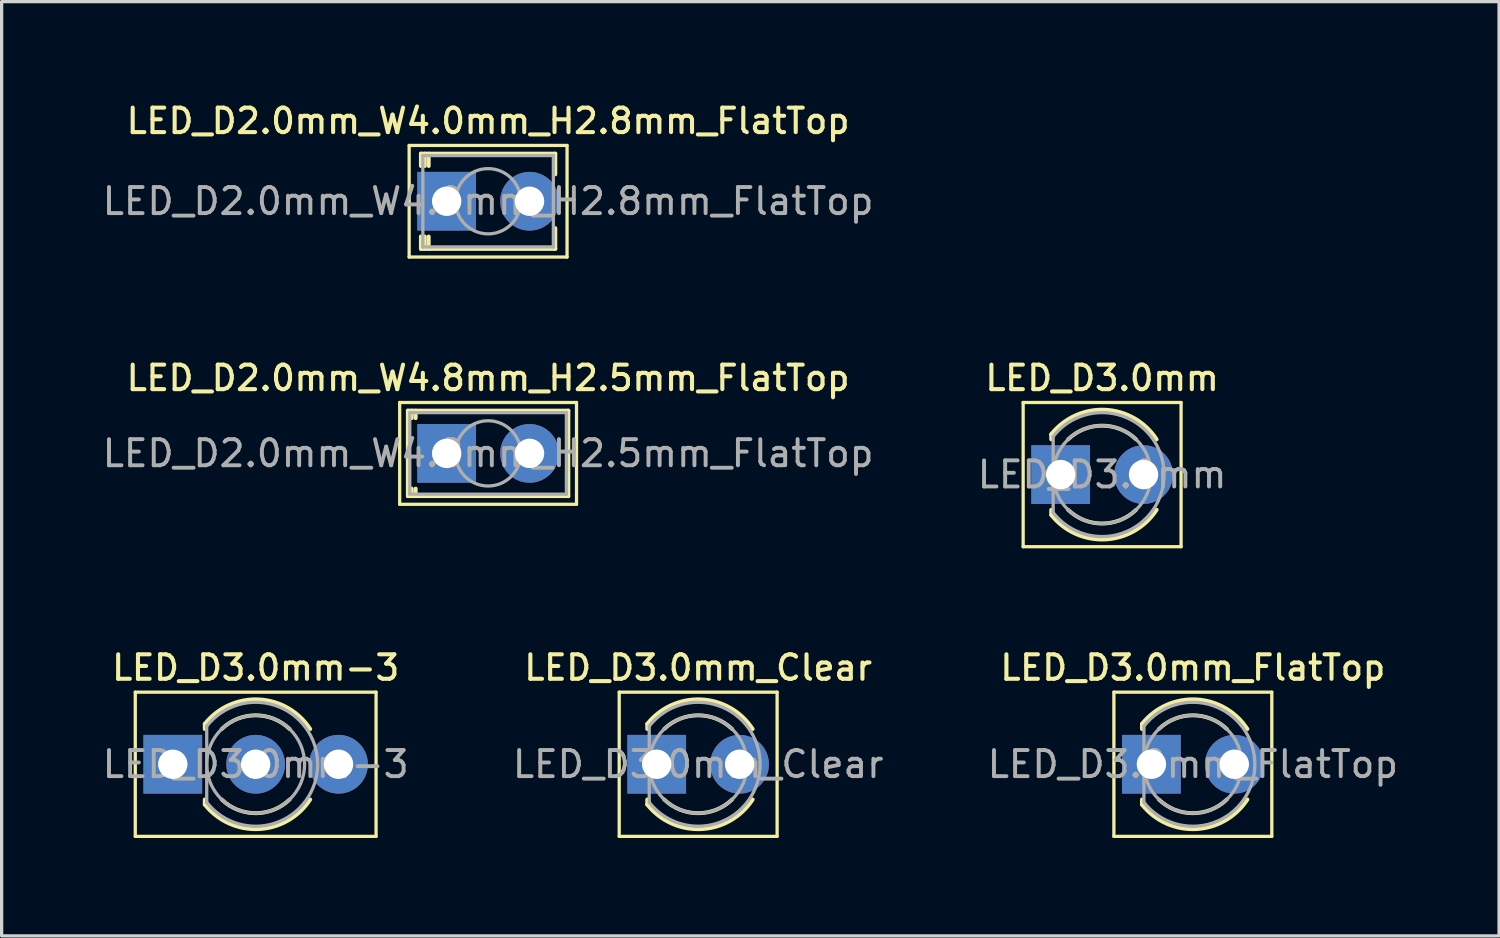
<source format=kicad_pcb>
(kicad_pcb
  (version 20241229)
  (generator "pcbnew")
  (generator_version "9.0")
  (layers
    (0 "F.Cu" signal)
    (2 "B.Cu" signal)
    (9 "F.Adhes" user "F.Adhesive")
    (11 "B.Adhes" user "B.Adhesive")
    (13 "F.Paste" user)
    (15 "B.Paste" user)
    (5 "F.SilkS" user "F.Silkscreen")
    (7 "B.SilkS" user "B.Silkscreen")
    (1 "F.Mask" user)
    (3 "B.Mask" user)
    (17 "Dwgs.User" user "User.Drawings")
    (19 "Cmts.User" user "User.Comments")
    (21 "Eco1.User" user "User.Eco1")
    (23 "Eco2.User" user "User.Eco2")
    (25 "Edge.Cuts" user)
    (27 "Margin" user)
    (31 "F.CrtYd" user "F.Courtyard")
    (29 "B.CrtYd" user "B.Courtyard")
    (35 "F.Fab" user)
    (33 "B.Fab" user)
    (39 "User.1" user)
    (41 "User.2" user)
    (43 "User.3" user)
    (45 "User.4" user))
  (footprint "LED_D3.0mm_FlatTop"
    (layer "F.Cu")
    (at 32.24 20.374)
    (property "Reference" "LED_D3.0mm_FlatTop" (at 1.27 -2.96 0) (layer "F.SilkS") (effects (font (size 0.75 0.75) (thickness 0.125))))
    (attr through_hole)
    (fp_line (start -1.15 -2.21) (end -1.15 2.21) (stroke (width 0.1) (type solid)) (layer "F.SilkS"))
    (fp_line (start -1.15 2.21) (end 3.69 2.21) (stroke (width 0.1) (type solid)) (layer "F.SilkS"))
    (fp_line (start -0.29 -1.236) (end -0.29 -1.08) (stroke (width 0.12) (type solid)) (layer "F.SilkS"))
    (fp_line (start -0.29 1.08) (end -0.29 1.236) (stroke (width 0.12) (type solid)) (layer "F.SilkS"))
    (fp_line (start 3.69 -2.21) (end -1.15 -2.21) (stroke (width 0.1) (type solid)) (layer "F.SilkS"))
    (fp_line (start 3.69 2.21) (end 3.69 -2.21) (stroke (width 0.1) (type solid)) (layer "F.SilkS"))
    (fp_arc (start -0.29 -1.235516) (mid 1.365624 -1.987701) (end 2.941397 -1.080061) (stroke (width 0.12) (type solid)) (layer "F.SilkS"))
    (fp_arc (start 0.229039 -1.08) (mid 1.269964 -1.5) (end 2.31091 -1.080049) (stroke (width 0.12) (type solid)) (layer "F.SilkS"))
    (fp_arc (start 2.31091 1.080049) (mid 1.269964 1.5) (end 0.229039 1.08) (stroke (width 0.12) (type solid)) (layer "F.SilkS"))
    (fp_arc (start 2.941397 1.080061) (mid 1.365624 1.987701) (end -0.29 1.235516) (stroke (width 0.12) (type solid)) (layer "F.SilkS"))
    (fp_line (start -0.23 -1.166) (end -0.23 1.166) (stroke (width 0.1) (type solid)) (layer "F.Fab"))
    (fp_arc (start -0.23 -1.16619) (mid 3.17 -0.000037) (end -0.229955 1.166249) (stroke (width 0.1) (type solid)) (layer "F.Fab"))
    (fp_circle (center 1.27 0) (end 2.77 0) (stroke (width 0.1) (type solid)) (fill no) (layer "F.Fab"))
    (fp_text user "${REFERENCE}" (at 1.27 0 0) (layer "F.Fab") (effects (font (size 0.8 0.8) (thickness 0.12))))
    (pad "1" thru_hole rect (at 0 0) (size 1.8 1.8) (drill 0.9) (layers "*.Cu" "*.Mask"))
    (pad "2" thru_hole circle (at 2.54 0) (size 1.8 1.8) (drill 0.9) (layers "*.Cu" "*.Mask")))
  (footprint "LED_D3.0mm"
    (layer "F.Cu")
    (at 29.459 11.496)
    (property "Reference" "LED_D3.0mm" (at 1.27 -2.96 0) (layer "F.SilkS") (effects (font (size 0.75 0.75) (thickness 0.125))))
    (attr through_hole)
    (fp_line (start -1.15 -2.21) (end -1.15 2.21) (stroke (width 0.1) (type solid)) (layer "F.SilkS"))
    (fp_line (start -1.15 2.21) (end 3.69 2.21) (stroke (width 0.1) (type solid)) (layer "F.SilkS"))
    (fp_line (start -0.29 -1.236) (end -0.29 -1.08) (stroke (width 0.12) (type solid)) (layer "F.SilkS"))
    (fp_line (start -0.29 1.08) (end -0.29 1.236) (stroke (width 0.12) (type solid)) (layer "F.SilkS"))
    (fp_line (start 3.69 -2.21) (end -1.15 -2.21) (stroke (width 0.1) (type solid)) (layer "F.SilkS"))
    (fp_line (start 3.69 2.21) (end 3.69 -2.21) (stroke (width 0.1) (type solid)) (layer "F.SilkS"))
    (fp_arc (start -0.29 -1.235516) (mid 1.365624 -1.987701) (end 2.941397 -1.080061) (stroke (width 0.12) (type solid)) (layer "F.SilkS"))
    (fp_arc (start 0.229039 -1.08) (mid 1.269964 -1.5) (end 2.31091 -1.080049) (stroke (width 0.12) (type solid)) (layer "F.SilkS"))
    (fp_arc (start 2.31091 1.080049) (mid 1.269964 1.5) (end 0.229039 1.08) (stroke (width 0.12) (type solid)) (layer "F.SilkS"))
    (fp_arc (start 2.941397 1.080061) (mid 1.365624 1.987701) (end -0.29 1.235516) (stroke (width 0.12) (type solid)) (layer "F.SilkS"))
    (fp_line (start -0.23 -1.166) (end -0.23 1.166) (stroke (width 0.1) (type solid)) (layer "F.Fab"))
    (fp_arc (start -0.23 -1.16619) (mid 3.17 -0.000037) (end -0.229955 1.166249) (stroke (width 0.1) (type solid)) (layer "F.Fab"))
    (fp_circle (center 1.27 0) (end 2.77 0) (stroke (width 0.1) (type solid)) (fill no) (layer "F.Fab"))
    (fp_text user "${REFERENCE}" (at 1.27 0 0) (layer "F.Fab") (effects (font (size 0.8 0.8) (thickness 0.12))))
    (pad "1" thru_hole rect (at 0 0) (size 1.8 1.8) (drill 0.9) (layers "*.Cu" "*.Mask"))
    (pad "2" thru_hole circle (at 2.54 0) (size 1.8 1.8) (drill 0.9) (layers "*.Cu" "*.Mask")))
  (footprint "LED_D2.0mm_W4.0mm_H2.8mm_FlatTop"
    (layer "F.Cu")
    (at 10.64 3.118)
    (property "Reference" "LED_D2.0mm_W4.0mm_H2.8mm_FlatTop" (at 1.27 -2.46 0) (layer "F.SilkS") (effects (font (size 0.75 0.75) (thickness 0.125))))
    (attr through_hole)
    (fp_line (start -1.15 -1.71) (end -1.15 1.71) (stroke (width 0.1) (type solid)) (layer "F.SilkS"))
    (fp_line (start -1.15 1.71) (end 3.69 1.71) (stroke (width 0.1) (type solid)) (layer "F.SilkS"))
    (fp_line (start -0.79 -1.46) (end -0.79 -1.08) (stroke (width 0.12) (type solid)) (layer "F.SilkS"))
    (fp_line (start -0.79 -1.46) (end 3.33 -1.46) (stroke (width 0.12) (type solid)) (layer "F.SilkS"))
    (fp_line (start -0.79 1.08) (end -0.79 1.46) (stroke (width 0.12) (type solid)) (layer "F.SilkS"))
    (fp_line (start -0.79 1.46) (end 3.33 1.46) (stroke (width 0.12) (type solid)) (layer "F.SilkS"))
    (fp_line (start -0.67 -1.46) (end -0.67 -1.08) (stroke (width 0.12) (type solid)) (layer "F.SilkS"))
    (fp_line (start -0.67 1.08) (end -0.67 1.46) (stroke (width 0.12) (type solid)) (layer "F.SilkS"))
    (fp_line (start -0.55 -1.46) (end -0.55 -1.08) (stroke (width 0.12) (type solid)) (layer "F.SilkS"))
    (fp_line (start -0.55 1.08) (end -0.55 1.46) (stroke (width 0.12) (type solid)) (layer "F.SilkS"))
    (fp_line (start 3.33 -1.46) (end 3.33 -0.825) (stroke (width 0.12) (type solid)) (layer "F.SilkS"))
    (fp_line (start 3.33 0.825) (end 3.33 1.46) (stroke (width 0.12) (type solid)) (layer "F.SilkS"))
    (fp_line (start 3.69 -1.71) (end -1.15 -1.71) (stroke (width 0.1) (type solid)) (layer "F.SilkS"))
    (fp_line (start 3.69 1.71) (end 3.69 -1.71) (stroke (width 0.1) (type solid)) (layer "F.SilkS"))
    (fp_line (start -0.73 -1.4) (end -0.73 1.4) (stroke (width 0.1) (type solid)) (layer "F.Fab"))
    (fp_line (start -0.73 1.4) (end 3.27 1.4) (stroke (width 0.1) (type solid)) (layer "F.Fab"))
    (fp_line (start 3.27 -1.4) (end -0.73 -1.4) (stroke (width 0.1) (type solid)) (layer "F.Fab"))
    (fp_line (start 3.27 1.4) (end 3.27 -1.4) (stroke (width 0.1) (type solid)) (layer "F.Fab"))
    (fp_circle (center 1.27 0) (end 2.27 0) (stroke (width 0.1) (type solid)) (fill no) (layer "F.Fab"))
    (fp_text user "${REFERENCE}" (at 1.27 0 0) (layer "F.Fab") (effects (font (size 0.8 0.8) (thickness 0.12))))
    (pad "1" thru_hole rect (at 0 0) (size 1.8 1.8) (drill 0.9) (layers "*.Cu" "*.Mask"))
    (pad "2" thru_hole circle (at 2.54 0) (size 1.8 1.8) (drill 0.9) (layers "*.Cu" "*.Mask")))
  (footprint "LED_D2.0mm_W4.8mm_H2.5mm_FlatTop"
    (layer "F.Cu")
    (at 10.64 10.846)
    (property "Reference" "LED_D2.0mm_W4.8mm_H2.5mm_FlatTop" (at 1.27 -2.31 0) (layer "F.SilkS") (effects (font (size 0.75 0.75) (thickness 0.125))))
    (attr through_hole)
    (fp_line (start -1.44 -1.56) (end -1.44 1.56) (stroke (width 0.1) (type solid)) (layer "F.SilkS"))
    (fp_line (start -1.44 1.56) (end 3.98 1.56) (stroke (width 0.1) (type solid)) (layer "F.SilkS"))
    (fp_line (start -1.19 -1.31) (end -1.19 1.31) (stroke (width 0.12) (type solid)) (layer "F.SilkS"))
    (fp_line (start -1.19 -1.31) (end 3.73 -1.31) (stroke (width 0.12) (type solid)) (layer "F.SilkS"))
    (fp_line (start -1.19 1.31) (end 3.73 1.31) (stroke (width 0.12) (type solid)) (layer "F.SilkS"))
    (fp_line (start -1.07 -1.31) (end -1.07 -1.08) (stroke (width 0.12) (type solid)) (layer "F.SilkS"))
    (fp_line (start -1.07 1.08) (end -1.07 1.31) (stroke (width 0.12) (type solid)) (layer "F.SilkS"))
    (fp_line (start -0.95 -1.31) (end -0.95 -1.08) (stroke (width 0.12) (type solid)) (layer "F.SilkS"))
    (fp_line (start -0.95 1.08) (end -0.95 1.31) (stroke (width 0.12) (type solid)) (layer "F.SilkS"))
    (fp_line (start 3.73 -1.31) (end 3.73 1.31) (stroke (width 0.12) (type solid)) (layer "F.SilkS"))
    (fp_line (start 3.98 -1.56) (end -1.44 -1.56) (stroke (width 0.1) (type solid)) (layer "F.SilkS"))
    (fp_line (start 3.98 1.56) (end 3.98 -1.56) (stroke (width 0.1) (type solid)) (layer "F.SilkS"))
    (fp_line (start -1.13 -1.25) (end -1.13 1.25) (stroke (width 0.1) (type solid)) (layer "F.Fab"))
    (fp_line (start -1.13 1.25) (end 3.67 1.25) (stroke (width 0.1) (type solid)) (layer "F.Fab"))
    (fp_line (start 3.67 -1.25) (end -1.13 -1.25) (stroke (width 0.1) (type solid)) (layer "F.Fab"))
    (fp_line (start 3.67 1.25) (end 3.67 -1.25) (stroke (width 0.1) (type solid)) (layer "F.Fab"))
    (fp_circle (center 1.27 0) (end 2.27 0) (stroke (width 0.1) (type solid)) (fill no) (layer "F.Fab"))
    (fp_text user "${REFERENCE}" (at 1.27 0 0) (layer "F.Fab") (effects (font (size 0.8 0.8) (thickness 0.12))))
    (pad "1" thru_hole rect (at 0 0) (size 1.8 1.8) (drill 0.9) (layers "*.Cu" "*.Mask"))
    (pad "2" thru_hole circle (at 2.54 0) (size 1.8 1.8) (drill 0.9) (layers "*.Cu" "*.Mask")))
  (footprint "LED_D3.0mm-3"
    (layer "F.Cu")
    (at 2.246 20.374)
    (property "Reference" "LED_D3.0mm-3" (at 2.54 -2.96 0) (layer "F.SilkS") (effects (font (size 0.75 0.75) (thickness 0.125))))
    (attr through_hole)
    (fp_line (start -1.15 -2.21) (end -1.15 2.21) (stroke (width 0.1) (type solid)) (layer "F.SilkS"))
    (fp_line (start -1.15 2.21) (end 6.23 2.21) (stroke (width 0.1) (type solid)) (layer "F.SilkS"))
    (fp_line (start 0.98 -1.236) (end 0.98 -1.08) (stroke (width 0.12) (type solid)) (layer "F.SilkS"))
    (fp_line (start 0.98 1.08) (end 0.98 1.236) (stroke (width 0.12) (type solid)) (layer "F.SilkS"))
    (fp_line (start 6.23 -2.21) (end -1.15 -2.21) (stroke (width 0.1) (type solid)) (layer "F.SilkS"))
    (fp_line (start 6.23 2.21) (end 6.23 -2.21) (stroke (width 0.1) (type solid)) (layer "F.SilkS"))
    (fp_arc (start 0.98 -1.235516) (mid 2.635624 -1.987701) (end 4.211397 -1.080061) (stroke (width 0.12) (type solid)) (layer "F.SilkS"))
    (fp_arc (start 1.499039 -1.08) (mid 2.539964 -1.5) (end 3.58091 -1.080049) (stroke (width 0.12) (type solid)) (layer "F.SilkS"))
    (fp_arc (start 3.58091 1.080049) (mid 2.539964 1.5) (end 1.499039 1.08) (stroke (width 0.12) (type solid)) (layer "F.SilkS"))
    (fp_arc (start 4.211397 1.080061) (mid 2.635624 1.987701) (end 0.98 1.235516) (stroke (width 0.12) (type solid)) (layer "F.SilkS"))
    (fp_line (start 1.04 -1.166) (end 1.04 1.166) (stroke (width 0.1) (type solid)) (layer "F.Fab"))
    (fp_arc (start 1.04 -1.16619) (mid 4.44 -0.000037) (end 1.040045 1.166249) (stroke (width 0.1) (type solid)) (layer "F.Fab"))
    (fp_circle (center 2.54 0) (end 4.04 0) (stroke (width 0.1) (type solid)) (fill no) (layer "F.Fab"))
    (fp_text user "${REFERENCE}" (at 2.54 0 0) (layer "F.Fab") (effects (font (size 0.8 0.8) (thickness 0.12))))
    (pad "1" thru_hole rect (at 0 0) (size 1.8 1.8) (drill 0.9) (layers "*.Cu" "*.Mask"))
    (pad "2" thru_hole circle (at 2.54 0) (size 1.8 1.8) (drill 0.9) (layers "*.Cu" "*.Mask"))
    (pad "3" thru_hole circle (at 5.08 0) (size 1.8 1.8) (drill 0.9) (layers "*.Cu" "*.Mask")))
  (footprint "LED_D3.0mm_Clear"
    (layer "F.Cu")
    (at 17.078 20.374)
    (property "Reference" "LED_D3.0mm_Clear" (at 1.27 -2.96 0) (layer "F.SilkS") (effects (font (size 0.75 0.75) (thickness 0.125))))
    (attr through_hole)
    (fp_line (start -1.15 -2.21) (end -1.15 2.21) (stroke (width 0.1) (type solid)) (layer "F.SilkS"))
    (fp_line (start -1.15 2.21) (end 3.69 2.21) (stroke (width 0.1) (type solid)) (layer "F.SilkS"))
    (fp_line (start -0.29 -1.236) (end -0.29 -1.08) (stroke (width 0.12) (type solid)) (layer "F.SilkS"))
    (fp_line (start -0.29 1.08) (end -0.29 1.236) (stroke (width 0.12) (type solid)) (layer "F.SilkS"))
    (fp_line (start 3.69 -2.21) (end -1.15 -2.21) (stroke (width 0.1) (type solid)) (layer "F.SilkS"))
    (fp_line (start 3.69 2.21) (end 3.69 -2.21) (stroke (width 0.1) (type solid)) (layer "F.SilkS"))
    (fp_arc (start -0.29 -1.235516) (mid 1.365624 -1.987701) (end 2.941397 -1.080061) (stroke (width 0.12) (type solid)) (layer "F.SilkS"))
    (fp_arc (start 0.229039 -1.08) (mid 1.269964 -1.5) (end 2.31091 -1.080049) (stroke (width 0.12) (type solid)) (layer "F.SilkS"))
    (fp_arc (start 2.31091 1.080049) (mid 1.269964 1.5) (end 0.229039 1.08) (stroke (width 0.12) (type solid)) (layer "F.SilkS"))
    (fp_arc (start 2.941397 1.080061) (mid 1.365624 1.987701) (end -0.29 1.235516) (stroke (width 0.12) (type solid)) (layer "F.SilkS"))
    (fp_line (start -0.23 -1.166) (end -0.23 1.166) (stroke (width 0.1) (type solid)) (layer "F.Fab"))
    (fp_arc (start -0.23 -1.16619) (mid 3.17 -0.000037) (end -0.229955 1.166249) (stroke (width 0.1) (type solid)) (layer "F.Fab"))
    (fp_circle (center 1.27 0) (end 2.77 0) (stroke (width 0.1) (type solid)) (fill no) (layer "F.Fab"))
    (fp_text user "${REFERENCE}" (at 1.27 0 0) (layer "F.Fab") (effects (font (size 0.8 0.8) (thickness 0.12))))
    (pad "1" thru_hole rect (at 0 0) (size 1.8 1.8) (drill 0.9) (layers "*.Cu" "*.Mask"))
    (pad "2" thru_hole circle (at 2.54 0) (size 1.8 1.8) (drill 0.9) (layers "*.Cu" "*.Mask")))
  (gr_rect
    (start -3 -3)
    (end 42.895 25.634)
    (stroke (width 0.1) (type default))
    (fill no)
    (layer "Edge.Cuts")))
</source>
